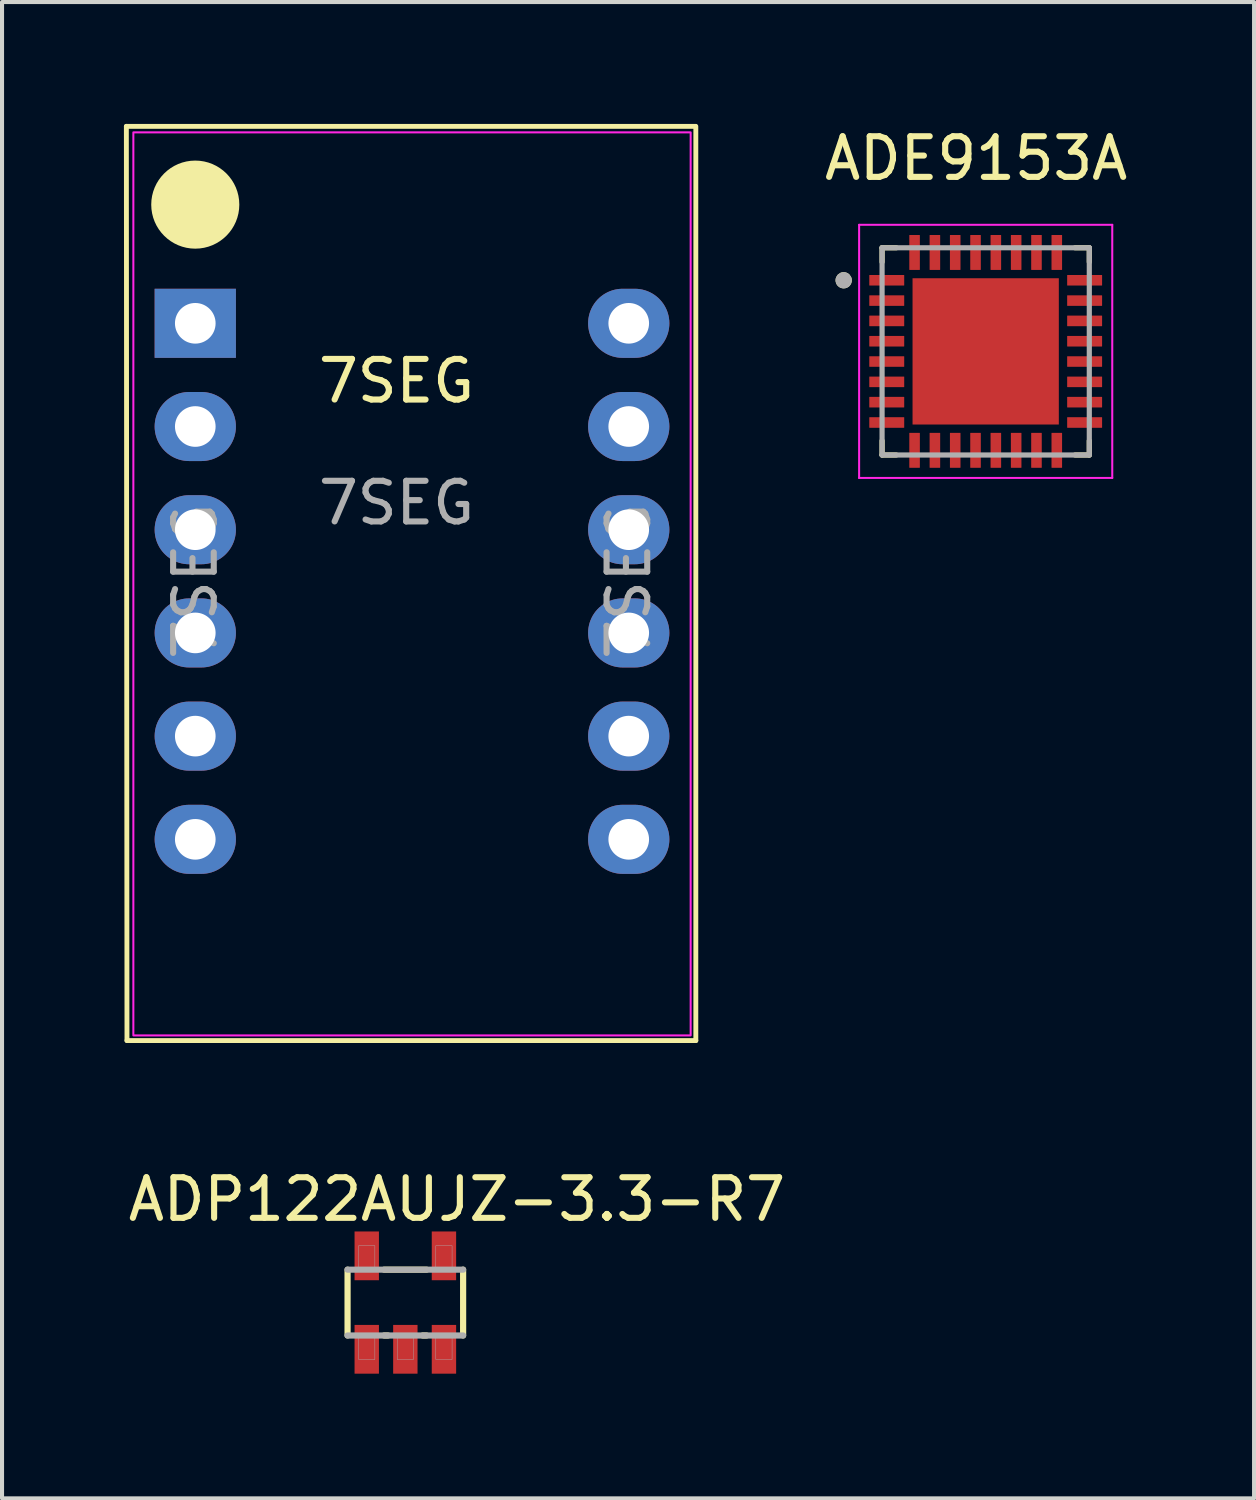
<source format=kicad_pcb>
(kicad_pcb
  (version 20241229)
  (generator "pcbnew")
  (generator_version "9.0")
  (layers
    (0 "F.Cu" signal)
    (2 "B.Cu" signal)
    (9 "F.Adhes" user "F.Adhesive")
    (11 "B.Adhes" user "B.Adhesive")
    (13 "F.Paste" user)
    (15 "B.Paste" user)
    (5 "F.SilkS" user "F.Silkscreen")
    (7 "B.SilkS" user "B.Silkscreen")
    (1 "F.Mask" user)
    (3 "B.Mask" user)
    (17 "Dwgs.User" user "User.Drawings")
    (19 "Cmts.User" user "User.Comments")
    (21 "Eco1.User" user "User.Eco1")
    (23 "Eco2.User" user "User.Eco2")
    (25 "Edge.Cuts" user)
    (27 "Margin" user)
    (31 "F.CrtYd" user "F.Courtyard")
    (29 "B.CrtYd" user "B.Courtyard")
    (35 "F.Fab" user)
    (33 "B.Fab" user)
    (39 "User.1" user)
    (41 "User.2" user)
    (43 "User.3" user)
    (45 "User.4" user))
  (footprint "7SEG"
    (layer "F.Cu")
    (at 1.756 11.257)
    (property "Reference" "7SEG" (at 4.953 -4.929 0) (unlocked yes) (layer "F.SilkS") (effects (font (size 1 1) (thickness 0.15))))
    (attr through_hole)
    (fp_line (start -1.696 -11.197) (end 12.304 -11.197) (stroke (width 0.12) (type solid)) (layer "F.SilkS"))
    (fp_line (start -1.681 11.303) (end -1.696 -11.197) (stroke (width 0.12) (type solid)) (layer "F.SilkS"))
    (fp_line (start -1.681 11.303) (end 12.319 11.303) (stroke (width 0.12) (type solid)) (layer "F.SilkS"))
    (fp_line (start 12.319 11.303) (end 12.319 -11.197) (stroke (width 0.12) (type solid)) (layer "F.SilkS"))
    (fp_circle (center 0 -9.271) (end 1.016 -9.144) (stroke (width 0.12) (type solid)) (fill yes) (layer "F.SilkS"))
    (fp_rect (start -1.524 -11.049) (end 12.192 11.176) (stroke (width 0.05) (type solid)) (fill no) (layer "F.CrtYd"))
    (fp_text user "${REFERENCE}" (at 10.668 0 90) (layer "F.Fab") (effects (font (size 1 1) (thickness 0.15))))
    (fp_text user "${REFERENCE}" (at 4.953 -1.929 0) (unlocked yes) (layer "F.Fab") (effects (font (size 1 1) (thickness 0.15))))
    (fp_text user "${REFERENCE}" (at 0 0 90) (layer "F.Fab") (effects (font (size 1 1) (thickness 0.15))))
    (pad "1" thru_hole rect (at 0 -6.35) (size 2 1.7) (drill 1) (layers "*.Cu" "*.Mask"))
    (pad "2" thru_hole oval (at 0 -3.81) (size 2 1.7) (drill 1) (layers "*.Cu" "*.Mask"))
    (pad "3" thru_hole oval (at 0 -1.27) (size 2 1.7) (drill 1) (layers "*.Cu" "*.Mask"))
    (pad "4" thru_hole oval (at 0 1.27) (size 2 1.7) (drill 1) (layers "*.Cu" "*.Mask"))
    (pad "5" thru_hole oval (at 0 3.81) (size 2 1.7) (drill 1) (layers "*.Cu" "*.Mask"))
    (pad "6" thru_hole oval (at 0 6.35) (size 2 1.7) (drill 1) (layers "*.Cu" "*.Mask"))
    (pad "7" thru_hole oval (at 10.668 6.35) (size 2 1.7) (drill 1) (layers "*.Cu" "*.Mask"))
    (pad "8" thru_hole oval (at 10.668 3.81) (size 2 1.7) (drill 1) (layers "*.Cu" "*.Mask"))
    (pad "9" thru_hole oval (at 10.668 1.27) (size 2 1.7) (drill 1) (layers "*.Cu" "*.Mask"))
    (pad "10" thru_hole oval (at 10.668 -1.27) (size 2 1.7) (drill 1) (layers "*.Cu" "*.Mask"))
    (pad "11" thru_hole oval (at 10.668 -3.81) (size 2 1.7) (drill 1) (layers "*.Cu" "*.Mask"))
    (pad "12" thru_hole oval (at 10.668 -6.35) (size 2 1.7) (drill 1) (layers "*.Cu" "*.Mask")))
  (footprint "ADE9153A"
    (layer "F.Cu")
    (at 21.209 5.598)
    (property "Reference" "ADE9153A" (at -0.235 -4.75 0) (layer "F.SilkS") (effects (font (size 1 1) (thickness 0.15))))
    (attr through_hole)
    (fp_line (start -2.55 -2.55) (end -2.55 -2.2) (stroke (width 0.127) (type solid)) (layer "F.SilkS"))
    (fp_line (start -2.55 -2.55) (end -2.2 -2.55) (stroke (width 0.127) (type solid)) (layer "F.SilkS"))
    (fp_line (start -2.55 2.55) (end -2.55 2.2) (stroke (width 0.127) (type solid)) (layer "F.SilkS"))
    (fp_line (start -2.55 2.55) (end -2.2 2.55) (stroke (width 0.127) (type solid)) (layer "F.SilkS"))
    (fp_line (start 2.55 -2.55) (end 2.2 -2.55) (stroke (width 0.127) (type solid)) (layer "F.SilkS"))
    (fp_line (start 2.55 -2.55) (end 2.55 -2.2) (stroke (width 0.127) (type solid)) (layer "F.SilkS"))
    (fp_line (start 2.55 2.55) (end 2.2 2.55) (stroke (width 0.127) (type solid)) (layer "F.SilkS"))
    (fp_line (start 2.55 2.55) (end 2.55 2.2) (stroke (width 0.127) (type solid)) (layer "F.SilkS"))
    (fp_circle (center -3.495 -1.75) (end -3.395 -1.75) (stroke (width 0.2) (type solid)) (fill no) (layer "F.SilkS"))
    (fp_poly (pts (xy -1.14 -1.14) (xy 1.14 -1.14) (xy 1.14 1.14) (xy -1.14 1.14)) (stroke (width 0.01) (type solid)) (fill yes) (layer "F.Paste"))
    (fp_line (start -3.115 -3.115) (end 3.115 -3.115) (stroke (width 0.05) (type solid)) (layer "F.CrtYd"))
    (fp_line (start -3.115 3.115) (end -3.115 -3.115) (stroke (width 0.05) (type solid)) (layer "F.CrtYd"))
    (fp_line (start -3.115 3.115) (end 3.115 3.115) (stroke (width 0.05) (type solid)) (layer "F.CrtYd"))
    (fp_line (start 3.115 3.115) (end 3.115 -3.115) (stroke (width 0.05) (type solid)) (layer "F.CrtYd"))
    (fp_line (start -2.55 2.55) (end -2.55 -2.55) (stroke (width 0.127) (type solid)) (layer "F.Fab"))
    (fp_line (start 2.55 -2.55) (end -2.55 -2.55) (stroke (width 0.127) (type solid)) (layer "F.Fab"))
    (fp_line (start 2.55 2.55) (end -2.55 2.55) (stroke (width 0.127) (type solid)) (layer "F.Fab"))
    (fp_line (start 2.55 2.55) (end 2.55 -2.55) (stroke (width 0.127) (type solid)) (layer "F.Fab"))
    (fp_circle (center -3.495 -1.75) (end -3.395 -1.75) (stroke (width 0.2) (type solid)) (fill no) (layer "F.Fab"))
    (pad "1" smd roundrect (at -2.435 -1.75) (size 0.86 0.26) (layers "F.Cu" "F.Mask" "F.Paste") (roundrect_rratio 0.03))
    (pad "2" smd roundrect (at -2.435 -1.25) (size 0.86 0.26) (layers "F.Cu" "F.Mask" "F.Paste") (roundrect_rratio 0.03))
    (pad "3" smd roundrect (at -2.435 -0.75) (size 0.86 0.26) (layers "F.Cu" "F.Mask" "F.Paste") (roundrect_rratio 0.03))
    (pad "4" smd roundrect (at -2.435 -0.25) (size 0.86 0.26) (layers "F.Cu" "F.Mask" "F.Paste") (roundrect_rratio 0.03))
    (pad "5" smd roundrect (at -2.435 0.25) (size 0.86 0.26) (layers "F.Cu" "F.Mask" "F.Paste") (roundrect_rratio 0.03))
    (pad "6" smd roundrect (at -2.435 0.75) (size 0.86 0.26) (layers "F.Cu" "F.Mask" "F.Paste") (roundrect_rratio 0.03))
    (pad "7" smd roundrect (at -2.435 1.25) (size 0.86 0.26) (layers "F.Cu" "F.Mask" "F.Paste") (roundrect_rratio 0.03))
    (pad "8" smd roundrect (at -2.435 1.75) (size 0.86 0.26) (layers "F.Cu" "F.Mask" "F.Paste") (roundrect_rratio 0.03))
    (pad "9" smd roundrect (at -1.75 2.435 90) (size 0.86 0.26) (layers "F.Cu" "F.Mask" "F.Paste") (roundrect_rratio 0.03))
    (pad "10" smd roundrect (at -1.25 2.435 90) (size 0.86 0.26) (layers "F.Cu" "F.Mask" "F.Paste") (roundrect_rratio 0.03))
    (pad "11" smd roundrect (at -0.75 2.435 90) (size 0.86 0.26) (layers "F.Cu" "F.Mask" "F.Paste") (roundrect_rratio 0.03))
    (pad "12" smd roundrect (at -0.25 2.435 90) (size 0.86 0.26) (layers "F.Cu" "F.Mask" "F.Paste") (roundrect_rratio 0.03))
    (pad "13" smd roundrect (at 0.25 2.435 90) (size 0.86 0.26) (layers "F.Cu" "F.Mask" "F.Paste") (roundrect_rratio 0.03))
    (pad "14" smd roundrect (at 0.75 2.435 90) (size 0.86 0.26) (layers "F.Cu" "F.Mask" "F.Paste") (roundrect_rratio 0.03))
    (pad "15" smd roundrect (at 1.25 2.435 90) (size 0.86 0.26) (layers "F.Cu" "F.Mask" "F.Paste") (roundrect_rratio 0.03))
    (pad "16" smd roundrect (at 1.75 2.435 90) (size 0.86 0.26) (layers "F.Cu" "F.Mask" "F.Paste") (roundrect_rratio 0.03))
    (pad "17" smd roundrect (at 2.435 1.75) (size 0.86 0.26) (layers "F.Cu" "F.Mask" "F.Paste") (roundrect_rratio 0.03))
    (pad "18" smd roundrect (at 2.435 1.25) (size 0.86 0.26) (layers "F.Cu" "F.Mask" "F.Paste") (roundrect_rratio 0.03))
    (pad "19" smd roundrect (at 2.435 0.75) (size 0.86 0.26) (layers "F.Cu" "F.Mask" "F.Paste") (roundrect_rratio 0.03))
    (pad "20" smd roundrect (at 2.435 0.25) (size 0.86 0.26) (layers "F.Cu" "F.Mask" "F.Paste") (roundrect_rratio 0.03))
    (pad "21" smd roundrect (at 2.435 -0.25) (size 0.86 0.26) (layers "F.Cu" "F.Mask" "F.Paste") (roundrect_rratio 0.03))
    (pad "22" smd roundrect (at 2.435 -0.75) (size 0.86 0.26) (layers "F.Cu" "F.Mask" "F.Paste") (roundrect_rratio 0.03))
    (pad "23" smd roundrect (at 2.435 -1.25) (size 0.86 0.26) (layers "F.Cu" "F.Mask" "F.Paste") (roundrect_rratio 0.03))
    (pad "24" smd roundrect (at 2.435 -1.75) (size 0.86 0.26) (layers "F.Cu" "F.Mask" "F.Paste") (roundrect_rratio 0.03))
    (pad "25" smd roundrect (at 1.75 -2.435 90) (size 0.86 0.26) (layers "F.Cu" "F.Mask" "F.Paste") (roundrect_rratio 0.03))
    (pad "26" smd roundrect (at 1.25 -2.435 90) (size 0.86 0.26) (layers "F.Cu" "F.Mask" "F.Paste") (roundrect_rratio 0.03))
    (pad "27" smd roundrect (at 0.75 -2.435 90) (size 0.86 0.26) (layers "F.Cu" "F.Mask" "F.Paste") (roundrect_rratio 0.03))
    (pad "28" smd roundrect (at 0.25 -2.435 90) (size 0.86 0.26) (layers "F.Cu" "F.Mask" "F.Paste") (roundrect_rratio 0.03))
    (pad "29" smd roundrect (at -0.25 -2.435 90) (size 0.86 0.26) (layers "F.Cu" "F.Mask" "F.Paste") (roundrect_rratio 0.03))
    (pad "30" smd roundrect (at -0.75 -2.435 90) (size 0.86 0.26) (layers "F.Cu" "F.Mask" "F.Paste") (roundrect_rratio 0.03))
    (pad "31" smd roundrect (at -1.25 -2.435 90) (size 0.86 0.26) (layers "F.Cu" "F.Mask" "F.Paste") (roundrect_rratio 0.03))
    (pad "32" smd roundrect (at -1.75 -2.435 90) (size 0.86 0.26) (layers "F.Cu" "F.Mask" "F.Paste") (roundrect_rratio 0.03))
    (pad "33" smd rect (at 0 0) (size 3.6 3.6) (layers "F.Cu" "F.Mask")))
  (footprint "ADP122AUJZ-3.3-R7"
    (layer "F.Cu")
    (at 6.926 29.008)
    (property "Reference" "ADP122AUJZ-3.3-R7" (at 1.27 -2.54 0) (layer "F.SilkS") (effects (font (size 1 1) (thickness 0.15))))
    (attr through_hole)
    (fp_poly (pts (xy -1.288 -1.812) (xy -0.613 -1.812) (xy -0.613 -0.5) (xy -1.288 -0.5)) (stroke (width 0.01) (type solid)) (fill yes) (layer "F.Mask"))
    (fp_poly (pts (xy -1.288 0.5) (xy -0.613 0.5) (xy -0.613 1.812) (xy -1.288 1.812)) (stroke (width 0.01) (type solid)) (fill yes) (layer "F.Mask"))
    (fp_poly (pts (xy -0.338 0.5) (xy 0.338 0.5) (xy 0.338 1.812) (xy -0.338 1.812)) (stroke (width 0.01) (type solid)) (fill yes) (layer "F.Mask"))
    (fp_poly (pts (xy 0.613 -1.812) (xy 1.288 -1.812) (xy 1.288 -0.5) (xy 0.613 -0.5)) (stroke (width 0.01) (type solid)) (fill yes) (layer "F.Mask"))
    (fp_poly (pts (xy 0.613 0.5) (xy 1.288 0.5) (xy 1.288 1.812) (xy 0.613 1.812)) (stroke (width 0.01) (type solid)) (fill yes) (layer "F.Mask"))
    (fp_line (start -1.422 0.81) (end -1.422 -0.81) (stroke (width 0.152) (type solid)) (layer "F.SilkS"))
    (fp_line (start -0.522 -0.81) (end 0.522 -0.81) (stroke (width 0.152) (type solid)) (layer "F.SilkS"))
    (fp_line (start -0.428 0.81) (end -0.522 0.81) (stroke (width 0.152) (type solid)) (layer "F.SilkS"))
    (fp_line (start 0.522 0.81) (end 0.428 0.81) (stroke (width 0.152) (type solid)) (layer "F.SilkS"))
    (fp_line (start 1.422 -0.81) (end 1.422 0.81) (stroke (width 0.152) (type solid)) (layer "F.SilkS"))
    (fp_poly (pts (xy -1.212 -1.712) (xy -0.688 -1.712) (xy -0.688 -0.588) (xy -1.212 -0.588)) (stroke (width 0.01) (type solid)) (fill yes) (layer "F.Paste"))
    (fp_poly (pts (xy -1.212 0.588) (xy -0.688 0.588) (xy -0.688 1.712) (xy -1.212 1.712)) (stroke (width 0.01) (type solid)) (fill yes) (layer "F.Paste"))
    (fp_poly (pts (xy -0.263 0.588) (xy 0.263 0.588) (xy 0.263 1.712) (xy -0.263 1.712)) (stroke (width 0.01) (type solid)) (fill yes) (layer "F.Paste"))
    (fp_poly (pts (xy 0.688 -1.712) (xy 1.212 -1.712) (xy 1.212 -0.588) (xy 0.688 -0.588)) (stroke (width 0.01) (type solid)) (fill yes) (layer "F.Paste"))
    (fp_poly (pts (xy 0.688 0.588) (xy 1.212 0.588) (xy 1.212 1.712) (xy 0.688 1.712)) (stroke (width 0.01) (type solid)) (fill yes) (layer "F.Paste"))
    (fp_line (start -1.422 -0.81) (end 1.422 -0.81) (stroke (width 0.152) (type solid)) (layer "F.Fab"))
    (fp_line (start 1.422 0.81) (end -1.422 0.81) (stroke (width 0.152) (type solid)) (layer "F.Fab"))
    (fp_poly (pts (xy -1.15 -1.4) (xy -0.75 -1.4) (xy -0.75 -0.85) (xy -1.15 -0.85)) (stroke (width 0.01) (type solid)) (fill no) (layer "F.Fab"))
    (fp_poly (pts (xy -1.15 0.85) (xy -0.75 0.85) (xy -0.75 1.4) (xy -1.15 1.4)) (stroke (width 0.01) (type solid)) (fill no) (layer "F.Fab"))
    (fp_poly (pts (xy -0.2 0.85) (xy 0.2 0.85) (xy 0.2 1.4) (xy -0.2 1.4)) (stroke (width 0.01) (type solid)) (fill no) (layer "F.Fab"))
    (fp_poly (pts (xy 0.75 -1.4) (xy 1.15 -1.4) (xy 1.15 -0.85) (xy 0.75 -0.85)) (stroke (width 0.01) (type solid)) (fill no) (layer "F.Fab"))
    (fp_poly (pts (xy 0.75 0.85) (xy 1.15 0.85) (xy 1.15 1.4) (xy 0.75 1.4)) (stroke (width 0.01) (type solid)) (fill no) (layer "F.Fab"))
    (pad "1" smd rect (at -0.95 1.15) (size 0.6 1.2) (layers "F.Cu"))
    (pad "2" smd rect (at 0 1.15) (size 0.6 1.2) (layers "F.Cu"))
    (pad "3" smd rect (at 0.95 1.15) (size 0.6 1.2) (layers "F.Cu"))
    (pad "4" smd rect (at 0.95 -1.15) (size 0.6 1.2) (layers "F.Cu"))
    (pad "5" smd rect (at -0.95 -1.15) (size 0.6 1.2) (layers "F.Cu")))
  (gr_rect
    (start -3 -3)
    (end 27.814 33.826)
    (stroke (width 0.1) (type default))
    (fill no)
    (layer "Edge.Cuts")))
</source>
